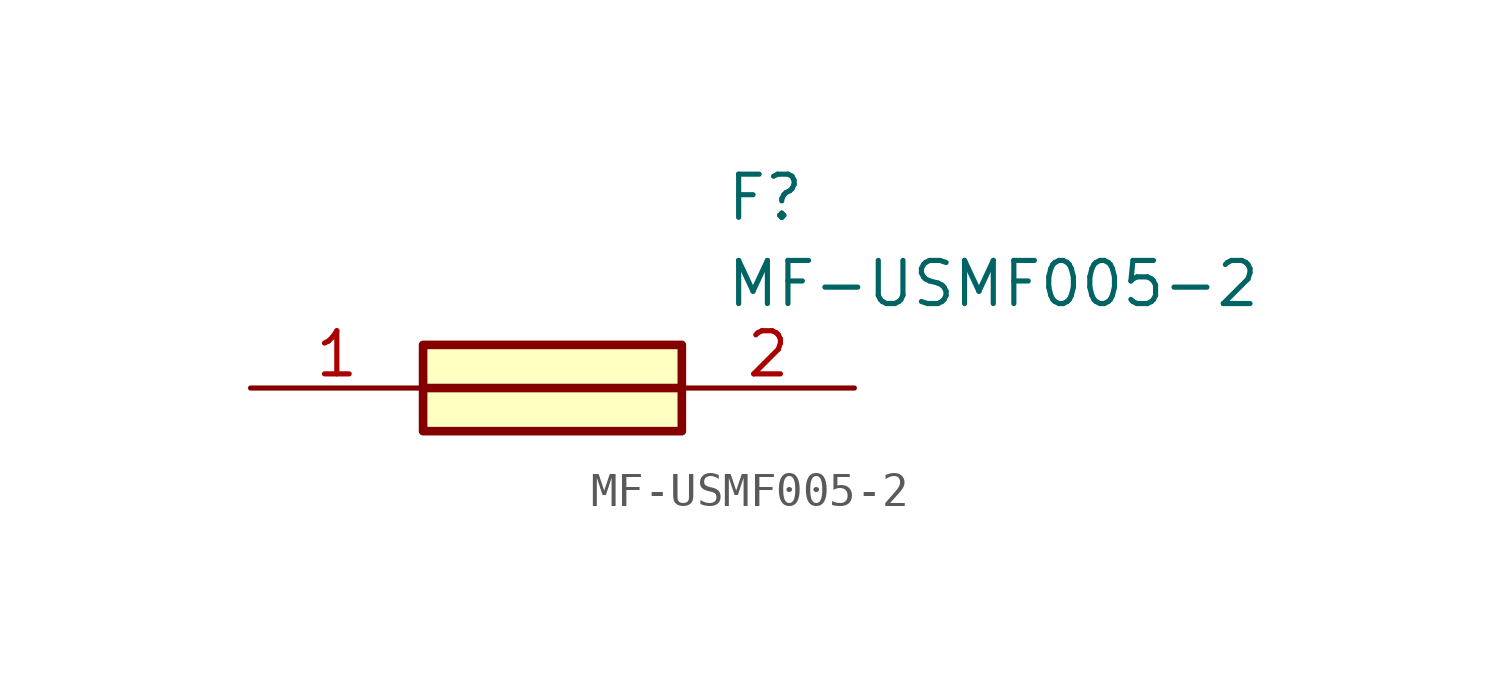
<source format=kicad_sym>
(kicad_symbol_lib
  (version 20241209)
  (generator "kicad_symbol_editor")
  (generator_version "9.0")
  (symbol "MF-USMF005-2"
    (pin_names
      (hide yes))
    (property "Reference" "F"
      (at 13.97 6.35 0)
      (effects (font (size 1.27 1.27)) (justify left top)))
    (property "Value" "MF-USMF005-2"
      (at 13.97 3.81 0)
      (effects (font (size 1.27 1.27)) (justify left top)))
    (symbol "MF-USMF005-2_1_1"
      (rectangle (start 5.08 1.27) (end 12.7 -1.27) (stroke (width 0.254) (type default)) (fill (type background)))
      (polyline (pts (xy 5.08 0) (xy 12.7 0)) (stroke (width 0.254) (type default)) (fill (type none)))
      (pin passive line (at 0 0 0) (length 5.08) (name "1" (effects (font (size 1.27 1.27)))) (number "1" (effects (font (size 1.27 1.27)))))
      (pin passive line (at 17.78 0 180) (length 5.08) (name "2" (effects (font (size 1.27 1.27)))) (number "2" (effects (font (size 1.27 1.27))))))))
</source>
